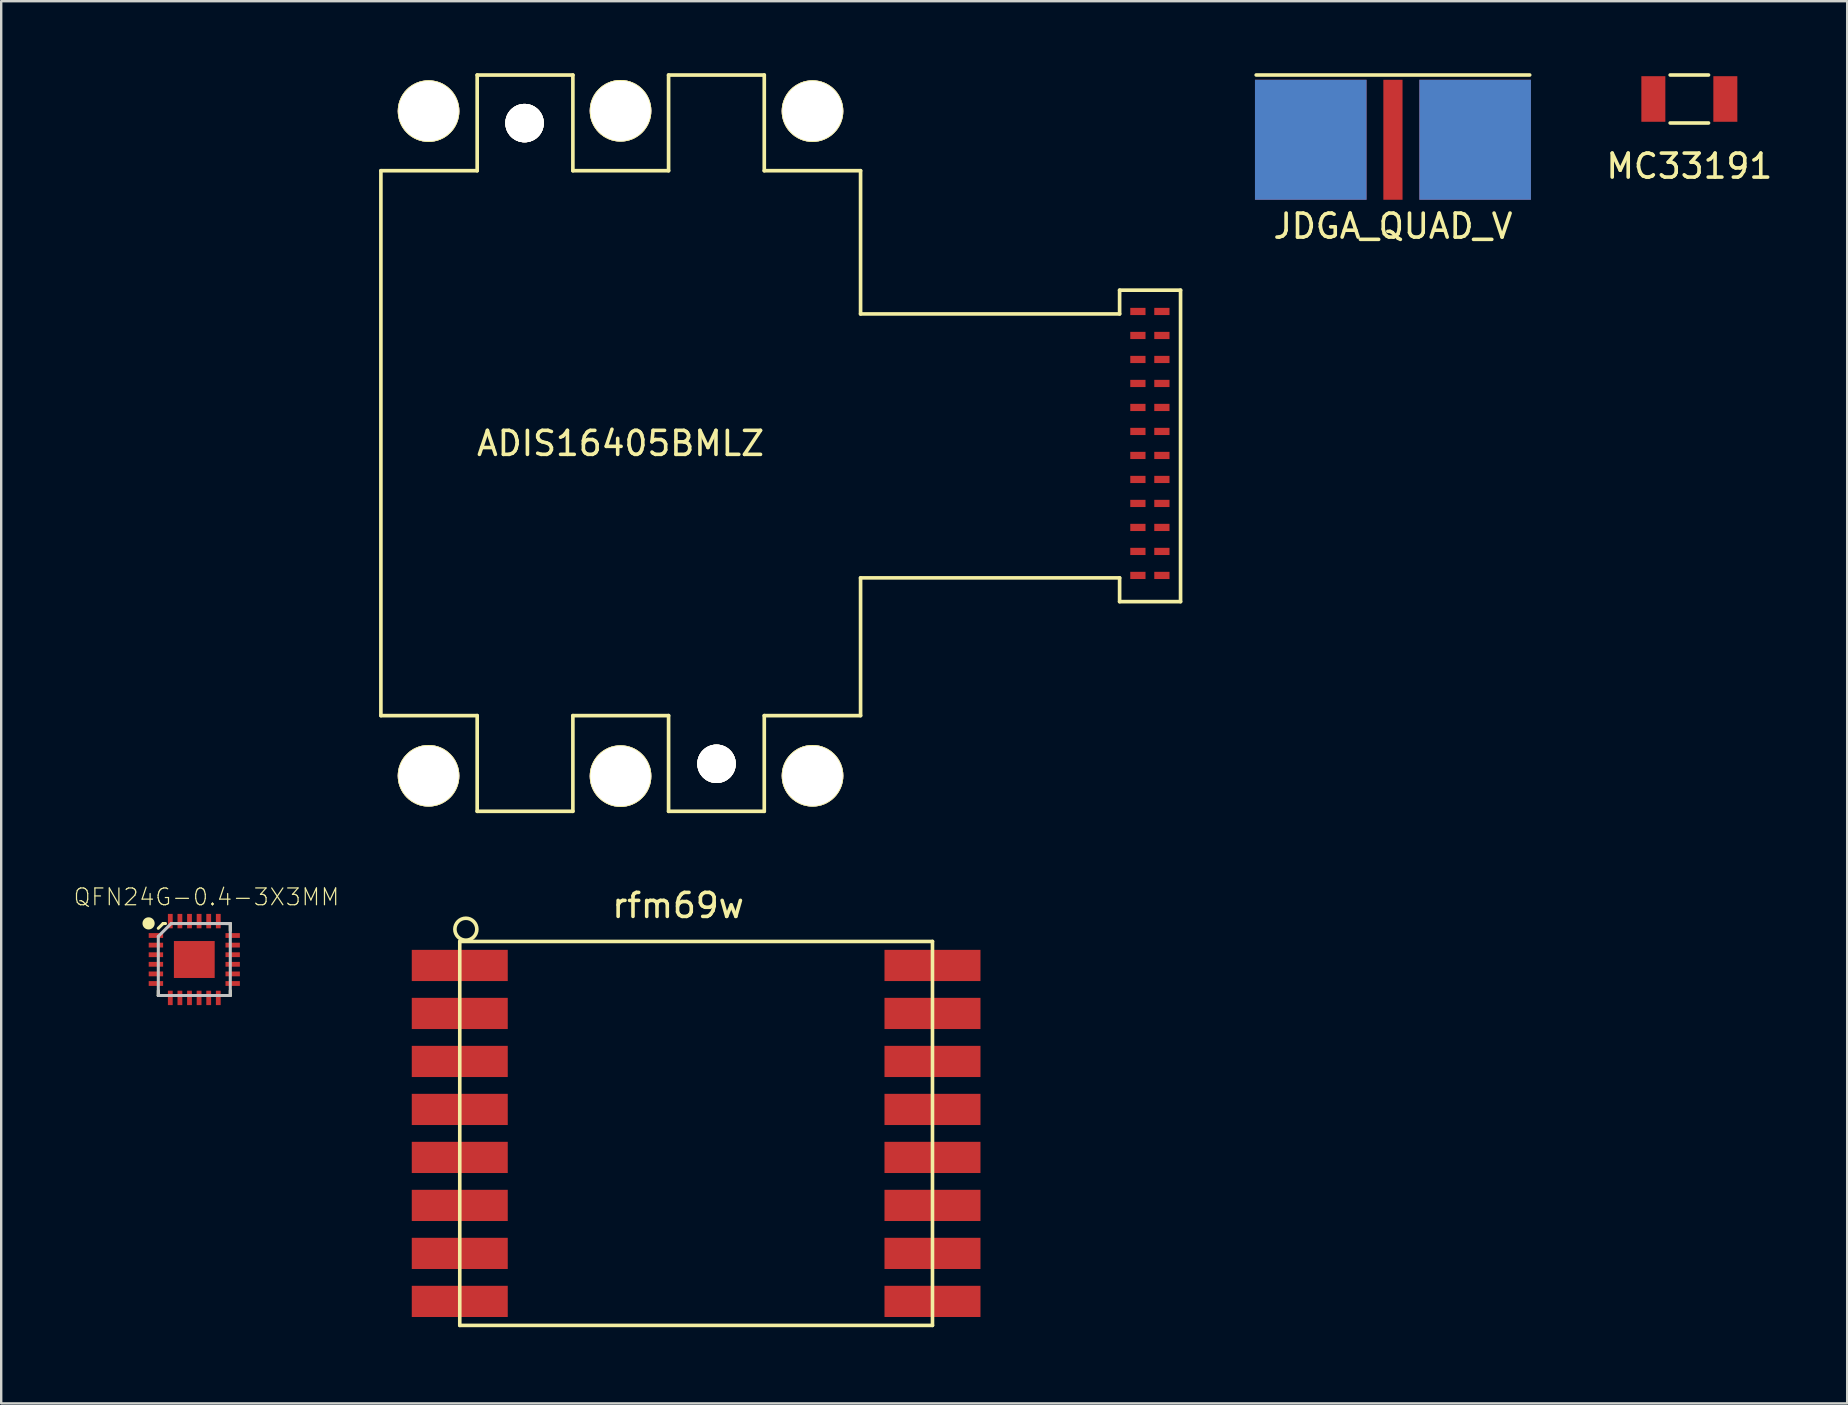
<source format=kicad_pcb>
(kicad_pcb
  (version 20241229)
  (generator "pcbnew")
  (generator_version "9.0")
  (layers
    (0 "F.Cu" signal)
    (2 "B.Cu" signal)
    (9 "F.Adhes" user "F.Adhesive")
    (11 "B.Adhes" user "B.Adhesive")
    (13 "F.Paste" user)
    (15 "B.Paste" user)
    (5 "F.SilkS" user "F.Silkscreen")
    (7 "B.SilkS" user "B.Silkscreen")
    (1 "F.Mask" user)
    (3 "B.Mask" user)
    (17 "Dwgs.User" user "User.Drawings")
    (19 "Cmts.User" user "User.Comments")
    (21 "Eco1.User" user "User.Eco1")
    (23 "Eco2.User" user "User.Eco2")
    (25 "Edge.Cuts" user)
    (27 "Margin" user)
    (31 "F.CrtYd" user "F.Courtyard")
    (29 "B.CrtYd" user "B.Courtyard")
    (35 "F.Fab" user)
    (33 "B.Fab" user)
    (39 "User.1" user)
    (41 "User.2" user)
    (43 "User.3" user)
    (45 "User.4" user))
  (footprint "JDGA_QUAD_V"
    (layer "F.Cu")
    (at 54.999 2.775)
    (property "Reference" "JDGA_QUAD_V" (at 0 3.6 0) (layer "F.SilkS") (effects (font (size 1 1) (thickness 0.15))))
    (attr through_hole)
    (fp_line (start -5.7 -2.7) (end 5.7 -2.7) (stroke (width 0.15) (type solid)) (layer "F.SilkS"))
    (pad "1" smd rect (at 0 0) (size 0.8 5) (layers "F.Cu" "F.Mask"))
    (pad "2" smd rect (at -3.425 0) (size 4.65 5) (layers "F.Cu" "F.Mask"))
    (pad "3" smd rect (at 3.425 0) (size 4.65 5) (layers "F.Cu" "F.Mask"))
    (pad "4" smd rect (at -3.425 0) (size 4.65 5) (layers "B.Cu" "B.Mask"))
    (pad "5" smd rect (at 3.425 0) (size 4.65 5) (layers "B.Cu" "B.Mask")))
  (footprint "QFN24G-0.4-3X3MM"
    (layer "F.Cu")
    (at 5.047 36.936)
    (property "Reference" "QFN24G-0.4-3X3MM" (at 0.508 -2.603 0) (layer "F.SilkS") (effects (font (size 0.7 0.7) (thickness 0.05))))
    (attr smd)
    (fp_line (start -1.5 1.5) (end -1.5 1.3) (stroke (width 0.127) (type solid)) (layer "F.SilkS"))
    (fp_line (start -1.3 -1.5) (end -1.5 -1.3) (stroke (width 0.127) (type solid)) (layer "F.SilkS"))
    (fp_line (start -1.2 -1.5) (end -1.3 -1.5) (stroke (width 0.127) (type solid)) (layer "F.SilkS"))
    (fp_line (start -1.2 1.5) (end -1.5 1.5) (stroke (width 0.127) (type solid)) (layer "F.SilkS"))
    (fp_line (start 1.3 1.5) (end 1.5 1.5) (stroke (width 0.127) (type solid)) (layer "F.SilkS"))
    (fp_line (start 1.5 -1.5) (end 1.3 -1.5) (stroke (width 0.127) (type solid)) (layer "F.SilkS"))
    (fp_line (start 1.5 -1.2) (end 1.5 -1.5) (stroke (width 0.127) (type solid)) (layer "F.SilkS"))
    (fp_line (start 1.5 1.5) (end 1.5 1.3) (stroke (width 0.127) (type solid)) (layer "F.SilkS"))
    (fp_circle (center -1.905 -1.505) (end -1.651 -1.505) (stroke (width 0) (type solid)) (fill yes) (layer "F.SilkS"))
    (fp_line (start -1.5 -0.964) (end -0.964 -1.5) (stroke (width 0.127) (type solid)) (layer "Dwgs.User"))
    (fp_line (start -1.5 1.5) (end -1.5 -0.964) (stroke (width 0.127) (type solid)) (layer "Dwgs.User"))
    (fp_line (start -0.964 -1.5) (end 1.5 -1.5) (stroke (width 0.127) (type solid)) (layer "Dwgs.User"))
    (fp_line (start 1.5 -1.5) (end 1.5 1.5) (stroke (width 0.127) (type solid)) (layer "Dwgs.User"))
    (fp_line (start 1.5 1.5) (end -1.5 1.5) (stroke (width 0.127) (type solid)) (layer "Dwgs.User"))
    (pad "1" smd rect (at -1.6 -1) (size 0.6 0.2) (layers "F.Cu" "F.Mask" "F.Paste"))
    (pad "2" smd rect (at -1.6 -0.6) (size 0.6 0.2) (layers "F.Cu" "F.Mask" "F.Paste"))
    (pad "3" smd rect (at -1.6 -0.2) (size 0.6 0.2) (layers "F.Cu" "F.Mask" "F.Paste"))
    (pad "4" smd rect (at -1.6 0.2) (size 0.6 0.2) (layers "F.Cu" "F.Mask" "F.Paste"))
    (pad "5" smd rect (at -1.6 0.6) (size 0.6 0.2) (layers "F.Cu" "F.Mask" "F.Paste"))
    (pad "6" smd rect (at -1.6 1) (size 0.6 0.2) (layers "F.Cu" "F.Mask" "F.Paste"))
    (pad "7" smd rect (at -1 1.6 90) (size 0.6 0.2) (layers "F.Cu" "F.Mask" "F.Paste"))
    (pad "8" smd rect (at -0.6 1.6 90) (size 0.6 0.2) (layers "F.Cu" "F.Mask" "F.Paste"))
    (pad "9" smd rect (at -0.2 1.6 90) (size 0.6 0.2) (layers "F.Cu" "F.Mask" "F.Paste"))
    (pad "10" smd rect (at 0.2 1.6 90) (size 0.6 0.2) (layers "F.Cu" "F.Mask" "F.Paste"))
    (pad "11" smd rect (at 0.6 1.6 90) (size 0.6 0.2) (layers "F.Cu" "F.Mask" "F.Paste"))
    (pad "12" smd rect (at 1 1.6 90) (size 0.6 0.2) (layers "F.Cu" "F.Mask" "F.Paste"))
    (pad "13" smd rect (at 1.6 1 180) (size 0.6 0.2) (layers "F.Cu" "F.Mask" "F.Paste"))
    (pad "14" smd rect (at 1.6 0.6 180) (size 0.6 0.2) (layers "F.Cu" "F.Mask" "F.Paste"))
    (pad "15" smd rect (at 1.6 0.2 180) (size 0.6 0.2) (layers "F.Cu" "F.Mask" "F.Paste"))
    (pad "16" smd rect (at 1.6 -0.2 180) (size 0.6 0.2) (layers "F.Cu" "F.Mask" "F.Paste"))
    (pad "17" smd rect (at 1.6 -0.6 180) (size 0.6 0.2) (layers "F.Cu" "F.Mask" "F.Paste"))
    (pad "18" smd rect (at 1.6 -1 180) (size 0.6 0.2) (layers "F.Cu" "F.Mask" "F.Paste"))
    (pad "19" smd rect (at 1 -1.6 270) (size 0.6 0.2) (layers "F.Cu" "F.Mask" "F.Paste"))
    (pad "20" smd rect (at 0.6 -1.6 270) (size 0.6 0.2) (layers "F.Cu" "F.Mask" "F.Paste"))
    (pad "21" smd rect (at 0.2 -1.6 270) (size 0.6 0.2) (layers "F.Cu" "F.Mask" "F.Paste"))
    (pad "22" smd rect (at -0.2 -1.6 270) (size 0.6 0.2) (layers "F.Cu" "F.Mask" "F.Paste"))
    (pad "23" smd rect (at -0.6 -1.6 270) (size 0.6 0.2) (layers "F.Cu" "F.Mask" "F.Paste"))
    (pad "24" smd rect (at -1 -1.6 270) (size 0.6 0.2) (layers "F.Cu" "F.Mask" "F.Paste"))
    (pad "25" smd rect (at 0 0) (size 1.7 1.54) (layers "F.Cu" "F.Mask" "F.Paste")))
  (footprint "MC33191"
    (layer "F.Cu")
    (at 67.351 1.075)
    (property "Reference" "MC33191" (at 0 2.8 0) (layer "F.SilkS") (effects (font (size 1 1) (thickness 0.15))))
    (attr through_hole)
    (fp_line (start -0.8 -1) (end 0.8 -1) (stroke (width 0.15) (type solid)) (layer "F.SilkS"))
    (fp_line (start -0.8 1) (end 0.8 1) (stroke (width 0.15) (type solid)) (layer "F.SilkS"))
    (pad "1" smd rect (at -1.5 0) (size 1 1.9) (layers "F.Cu" "F.Mask" "F.Paste"))
    (pad "2" smd rect (at 1.5 0) (size 1 1.9) (layers "F.Cu" "F.Mask" "F.Paste")))
  (footprint "rfm69w"
    (layer "F.Cu")
    (at 16.11 52.184)
    (property "Reference" "rfm69w" (at 9.1 -17.5 0) (layer "F.SilkS") (effects (font (size 1 1) (thickness 0.15))))
    (attr through_hole)
    (fp_line (start 0 -16) (end 19.7 -16) (stroke (width 0.15) (type solid)) (layer "F.SilkS"))
    (fp_line (start 0 0) (end 0 -16) (stroke (width 0.15) (type solid)) (layer "F.SilkS"))
    (fp_line (start 0 0) (end 19.7 0) (stroke (width 0.15) (type solid)) (layer "F.SilkS"))
    (fp_line (start 19.7 0) (end 19.7 -16) (stroke (width 0.15) (type solid)) (layer "F.SilkS"))
    (fp_circle (center 0.254 -16.51) (end 0.635 -16.256) (stroke (width 0.15) (type solid)) (fill no) (layer "F.SilkS"))
    (pad "1" smd rect (at 0 -15) (size 4 1.3) (layers "F.Cu" "F.Mask" "F.Paste"))
    (pad "2" smd rect (at 0 -13) (size 4 1.3) (layers "F.Cu" "F.Mask" "F.Paste"))
    (pad "3" smd rect (at 0 -11) (size 4 1.3) (layers "F.Cu" "F.Mask" "F.Paste"))
    (pad "4" smd rect (at 0 -9) (size 4 1.3) (layers "F.Cu" "F.Mask" "F.Paste"))
    (pad "5" smd rect (at 0 -7) (size 4 1.3) (layers "F.Cu" "F.Mask" "F.Paste"))
    (pad "6" smd rect (at 0 -5) (size 4 1.3) (layers "F.Cu" "F.Mask" "F.Paste"))
    (pad "7" smd rect (at 0 -3) (size 4 1.3) (layers "F.Cu" "F.Mask" "F.Paste"))
    (pad "8" smd rect (at 0 -1) (size 4 1.3) (layers "F.Cu" "F.Mask" "F.Paste"))
    (pad "9" smd rect (at 19.7 -1) (size 4 1.3) (layers "F.Cu" "F.Mask" "F.Paste"))
    (pad "10" smd rect (at 19.7 -3) (size 4 1.3) (layers "F.Cu" "F.Mask" "F.Paste"))
    (pad "11" smd rect (at 19.7 -5) (size 4 1.3) (layers "F.Cu" "F.Mask" "F.Paste"))
    (pad "12" smd rect (at 19.7 -7) (size 4 1.3) (layers "F.Cu" "F.Mask" "F.Paste"))
    (pad "13" smd rect (at 19.7 -9) (size 4 1.3) (layers "F.Cu" "F.Mask" "F.Paste"))
    (pad "14" smd rect (at 19.7 -11) (size 4 1.3) (layers "F.Cu" "F.Mask" "F.Paste"))
    (pad "15" smd rect (at 19.7 -13) (size 4 1.3) (layers "F.Cu" "F.Mask" "F.Paste"))
    (pad "16" smd rect (at 19.7 -15) (size 4 1.3) (layers "F.Cu" "F.Mask" "F.Paste")))
  (footprint "ADIS16405BMLZ"
    (layer "F.Cu")
    (at 0.25 20.93)
    (property "Reference" "ADIS16405BMLZ" (at 22.56 -5.5 0) (layer "F.SilkS") (effects (font (size 1 1) (thickness 0.15))))
    (attr through_hole)
    (fp_line (start 12.573 -16.866) (end 12.573 5.842) (stroke (width 0.152) (type solid)) (layer "F.SilkS"))
    (fp_line (start 12.573 -16.866) (end 16.586 -16.866) (stroke (width 0.152) (type solid)) (layer "F.SilkS"))
    (fp_line (start 12.573 5.842) (end 16.586 5.842) (stroke (width 0.152) (type solid)) (layer "F.SilkS"))
    (fp_line (start 16.586 -20.853) (end 20.574 -20.853) (stroke (width 0.152) (type solid)) (layer "F.SilkS"))
    (fp_line (start 16.586 -16.866) (end 16.586 -20.853) (stroke (width 0.152) (type solid)) (layer "F.SilkS"))
    (fp_line (start 16.586 5.842) (end 16.586 9.83) (stroke (width 0.152) (type solid)) (layer "F.SilkS"))
    (fp_line (start 16.586 9.83) (end 20.574 9.83) (stroke (width 0.152) (type solid)) (layer "F.SilkS"))
    (fp_line (start 20.574 -20.853) (end 20.574 -16.866) (stroke (width 0.152) (type solid)) (layer "F.SilkS"))
    (fp_line (start 20.574 -16.866) (end 24.562 -16.866) (stroke (width 0.152) (type solid)) (layer "F.SilkS"))
    (fp_line (start 20.574 5.842) (end 24.562 5.842) (stroke (width 0.152) (type solid)) (layer "F.SilkS"))
    (fp_line (start 20.574 9.83) (end 20.574 5.842) (stroke (width 0.152) (type solid)) (layer "F.SilkS"))
    (fp_line (start 24.562 -20.853) (end 28.55 -20.853) (stroke (width 0.152) (type solid)) (layer "F.SilkS"))
    (fp_line (start 24.562 -16.866) (end 24.562 -20.853) (stroke (width 0.152) (type solid)) (layer "F.SilkS"))
    (fp_line (start 24.562 5.842) (end 24.562 9.83) (stroke (width 0.152) (type solid)) (layer "F.SilkS"))
    (fp_line (start 24.562 9.83) (end 28.55 9.83) (stroke (width 0.152) (type solid)) (layer "F.SilkS"))
    (fp_line (start 28.55 -20.853) (end 28.55 -16.866) (stroke (width 0.152) (type solid)) (layer "F.SilkS"))
    (fp_line (start 28.55 -16.866) (end 32.563 -16.866) (stroke (width 0.152) (type solid)) (layer "F.SilkS"))
    (fp_line (start 28.55 5.842) (end 32.563 5.842) (stroke (width 0.152) (type solid)) (layer "F.SilkS"))
    (fp_line (start 28.55 9.83) (end 28.55 5.842) (stroke (width 0.152) (type solid)) (layer "F.SilkS"))
    (fp_line (start 32.563 -16.866) (end 32.563 -10.897) (stroke (width 0.152) (type solid)) (layer "F.SilkS"))
    (fp_line (start 32.563 -10.897) (end 43.358 -10.897) (stroke (width 0.152) (type solid)) (layer "F.SilkS"))
    (fp_line (start 32.563 0.102) (end 32.563 5.842) (stroke (width 0.152) (type solid)) (layer "F.SilkS"))
    (fp_line (start 43.358 -11.887) (end 45.898 -11.887) (stroke (width 0.152) (type solid)) (layer "F.SilkS"))
    (fp_line (start 43.358 -10.897) (end 43.358 -11.887) (stroke (width 0.152) (type solid)) (layer "F.SilkS"))
    (fp_line (start 43.358 0.102) (end 32.563 0.102) (stroke (width 0.152) (type solid)) (layer "F.SilkS"))
    (fp_line (start 43.358 1.092) (end 43.358 0.102) (stroke (width 0.152) (type solid)) (layer "F.SilkS"))
    (fp_line (start 45.898 -11.887) (end 45.898 1.092) (stroke (width 0.152) (type solid)) (layer "F.SilkS"))
    (fp_line (start 45.898 1.092) (end 43.358 1.092) (stroke (width 0.152) (type solid)) (layer "F.SilkS"))
    (pad "1" smd rect (at 45.12 -11) (size 0.635 0.3) (layers "F.Cu" "F.Mask" "F.Paste"))
    (pad "2" smd rect (at 44.12 -11) (size 0.635 0.3) (layers "F.Cu" "F.Mask" "F.Paste"))
    (pad "3" smd rect (at 45.12 -10) (size 0.635 0.3) (layers "F.Cu" "F.Mask" "F.Paste"))
    (pad "4" smd rect (at 44.12 -10) (size 0.635 0.3) (layers "F.Cu" "F.Mask" "F.Paste"))
    (pad "5" smd rect (at 45.12 -9) (size 0.635 0.3) (layers "F.Cu" "F.Mask" "F.Paste"))
    (pad "6" smd rect (at 44.12 -9) (size 0.635 0.3) (layers "F.Cu" "F.Mask" "F.Paste"))
    (pad "7" smd rect (at 45.12 -8) (size 0.635 0.3) (layers "F.Cu" "F.Mask" "F.Paste"))
    (pad "8" smd rect (at 44.12 -8) (size 0.635 0.3) (layers "F.Cu" "F.Mask" "F.Paste"))
    (pad "9" smd rect (at 45.12 -7) (size 0.635 0.3) (layers "F.Cu" "F.Mask" "F.Paste"))
    (pad "10" smd rect (at 44.12 -7) (size 0.635 0.3) (layers "F.Cu" "F.Mask" "F.Paste"))
    (pad "11" smd rect (at 45.12 -6) (size 0.635 0.3) (layers "F.Cu" "F.Mask" "F.Paste"))
    (pad "12" smd rect (at 44.12 -6) (size 0.635 0.3) (layers "F.Cu" "F.Mask" "F.Paste"))
    (pad "13" smd rect (at 45.12 -5) (size 0.635 0.3) (layers "F.Cu" "F.Mask" "F.Paste"))
    (pad "14" smd rect (at 44.12 -5) (size 0.635 0.3) (layers "F.Cu" "F.Mask" "F.Paste"))
    (pad "15" smd rect (at 45.12 -4) (size 0.635 0.3) (layers "F.Cu" "F.Mask" "F.Paste"))
    (pad "16" smd rect (at 44.12 -4) (size 0.635 0.3) (layers "F.Cu" "F.Mask" "F.Paste"))
    (pad "17" smd rect (at 45.12 -3) (size 0.635 0.3) (layers "F.Cu" "F.Mask" "F.Paste"))
    (pad "18" smd rect (at 44.12 -3) (size 0.635 0.3) (layers "F.Cu" "F.Mask" "F.Paste"))
    (pad "19" smd rect (at 45.12 -2) (size 0.635 0.3) (layers "F.Cu" "F.Mask" "F.Paste"))
    (pad "20" smd rect (at 44.12 -2) (size 0.635 0.3) (layers "F.Cu" "F.Mask" "F.Paste"))
    (pad "21" smd rect (at 45.12 -1) (size 0.635 0.3) (layers "F.Cu" "F.Mask" "F.Paste"))
    (pad "22" smd rect (at 44.12 -1) (size 0.635 0.3) (layers "F.Cu" "F.Mask" "F.Paste"))
    (pad "23" smd rect (at 45.12 0) (size 0.635 0.3) (layers "F.Cu" "F.Mask" "F.Paste"))
    (pad "24" smd rect (at 44.12 0) (size 0.635 0.3) (layers "F.Cu" "F.Mask" "F.Paste"))
    (pad "25" thru_hole circle (at 18.56 -18.85) (size 1.6 1.6) (drill 1.6) (layers "*.Cu" "*.Mask" "F.SilkS"))
    (pad "25" thru_hole circle (at 18.56 -18.85) (size 1.6 1.6) (drill 1.6) (layers "*.Cu" "*.Mask" "F.SilkS"))
    (pad "26" thru_hole circle (at 26.56 7.85) (size 1.6 1.6) (drill 2.489) (layers "*.Cu" "*.Mask" "F.SilkS"))
    (pad "26" thru_hole circle (at 26.56 7.85) (size 1.6 1.6) (drill 2.489) (layers "*.Cu" "*.Mask" "F.SilkS"))
    (pad "27" thru_hole circle (at 14.56 -19.35) (size 2.565 2.565) (drill 2.489) (layers "*.Cu" "*.Mask" "F.SilkS"))
    (pad "27" thru_hole circle (at 14.56 -19.35) (size 2.565 2.565) (drill 2.489) (layers "*.Cu" "*.Mask" "F.SilkS"))
    (pad "28" thru_hole circle (at 30.56 -19.35) (size 2.565 2.565) (drill 2.489) (layers "*.Cu" "*.Mask" "F.SilkS"))
    (pad "28" thru_hole circle (at 30.56 -19.35) (size 2.565 2.565) (drill 2.489) (layers "*.Cu" "*.Mask" "F.SilkS"))
    (pad "29" thru_hole circle (at 14.559 8.35) (size 2.565 2.565) (drill 2.489) (layers "*.Cu" "*.Mask" "F.SilkS"))
    (pad "29" thru_hole circle (at 14.559 8.35) (size 2.565 2.565) (drill 2.489) (layers "*.Cu" "*.Mask" "F.SilkS"))
    (pad "30" thru_hole circle (at 30.561 8.35) (size 2.565 2.565) (drill 2.489) (layers "*.Cu" "*.Mask" "F.SilkS"))
    (pad "30" thru_hole circle (at 30.561 8.35) (size 2.565 2.565) (drill 2.489) (layers "*.Cu" "*.Mask" "F.SilkS"))
    (pad "31" thru_hole circle (at 22.56 8.363) (size 2.565 2.565) (drill 2.489) (layers "*.Cu" "*.Mask" "F.SilkS"))
    (pad "31" thru_hole circle (at 22.56 8.363) (size 2.565 2.565) (drill 2.489) (layers "*.Cu" "*.Mask" "F.SilkS"))
    (pad "32" thru_hole circle (at 22.56 -19.363) (size 2.565 2.565) (drill 2.489) (layers "*.Cu" "*.Mask" "F.SilkS"))
    (pad "32" thru_hole circle (at 22.56 -19.363) (size 2.565 2.565) (drill 2.489) (layers "*.Cu" "*.Mask" "F.SilkS")))
  (gr_rect
    (start -3 -3)
    (end 73.929 55.434)
    (stroke (width 0.1) (type default))
    (fill no)
    (layer "Edge.Cuts")))
</source>
